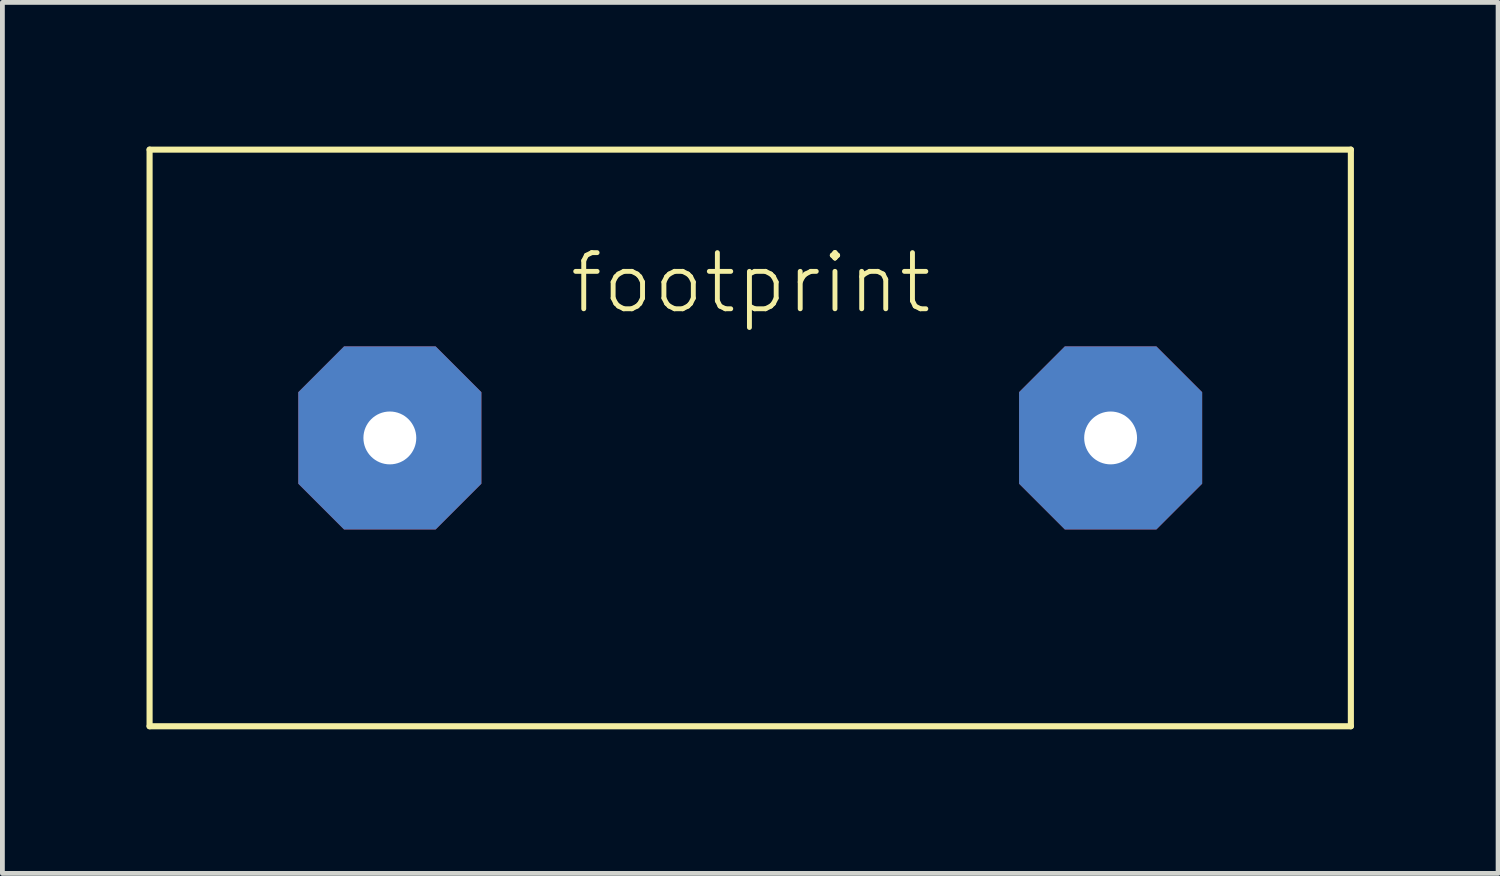
<source format=kicad_pcb>
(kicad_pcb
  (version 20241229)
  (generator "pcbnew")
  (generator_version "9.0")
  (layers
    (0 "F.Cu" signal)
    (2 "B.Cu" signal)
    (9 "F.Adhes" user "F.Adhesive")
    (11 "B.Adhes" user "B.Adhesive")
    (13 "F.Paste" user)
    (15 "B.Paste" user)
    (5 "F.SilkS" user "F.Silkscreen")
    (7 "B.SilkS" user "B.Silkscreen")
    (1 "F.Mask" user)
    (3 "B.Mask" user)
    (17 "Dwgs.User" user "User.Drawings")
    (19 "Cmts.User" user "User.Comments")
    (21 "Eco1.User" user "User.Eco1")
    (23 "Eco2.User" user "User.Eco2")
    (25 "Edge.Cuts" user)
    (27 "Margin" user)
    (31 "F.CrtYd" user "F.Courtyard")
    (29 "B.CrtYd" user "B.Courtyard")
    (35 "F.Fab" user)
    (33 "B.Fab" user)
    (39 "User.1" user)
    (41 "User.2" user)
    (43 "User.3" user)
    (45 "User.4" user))
  (footprint "footprint"
    (layer "F.Cu")
    (at 12.563 6.064)
    (property "Reference" "footprint" (at -3.81 -2.54 0) (layer "F.SilkS") (effects (font (size 1.168 1.168) (thickness 0.102)) (justify left bottom)))
    (fp_line (start -12.5 -6) (end 12.5 -6) (stroke (width 0.127) (type solid)) (layer "F.SilkS"))
    (fp_line (start -12.5 6) (end -12.5 -6) (stroke (width 0.127) (type solid)) (layer "F.SilkS"))
    (fp_line (start 12.5 -6) (end 12.5 6) (stroke (width 0.127) (type solid)) (layer "F.SilkS"))
    (fp_line (start 12.5 6) (end -12.5 6) (stroke (width 0.127) (type solid)) (layer "F.SilkS"))
    (pad "1" thru_hole roundrect (at -7.5 0) (size 3.81 3.81) (drill 1.1) (layers "*.Cu" "*.Mask") (roundrect_rratio 0.25) (chamfer_ratio 0.25) (chamfer top_left top_right bottom_left bottom_right))
    (pad "2" thru_hole roundrect (at 7.5 0) (size 3.81 3.81) (drill 1.1) (layers "*.Cu" "*.Mask") (roundrect_rratio 0.25) (chamfer_ratio 0.25) (chamfer top_left top_right bottom_left bottom_right)))
  (gr_rect
    (start -3 -3)
    (end 28.127 15.127)
    (stroke (width 0.1) (type default))
    (fill no)
    (layer "Edge.Cuts")))
</source>
